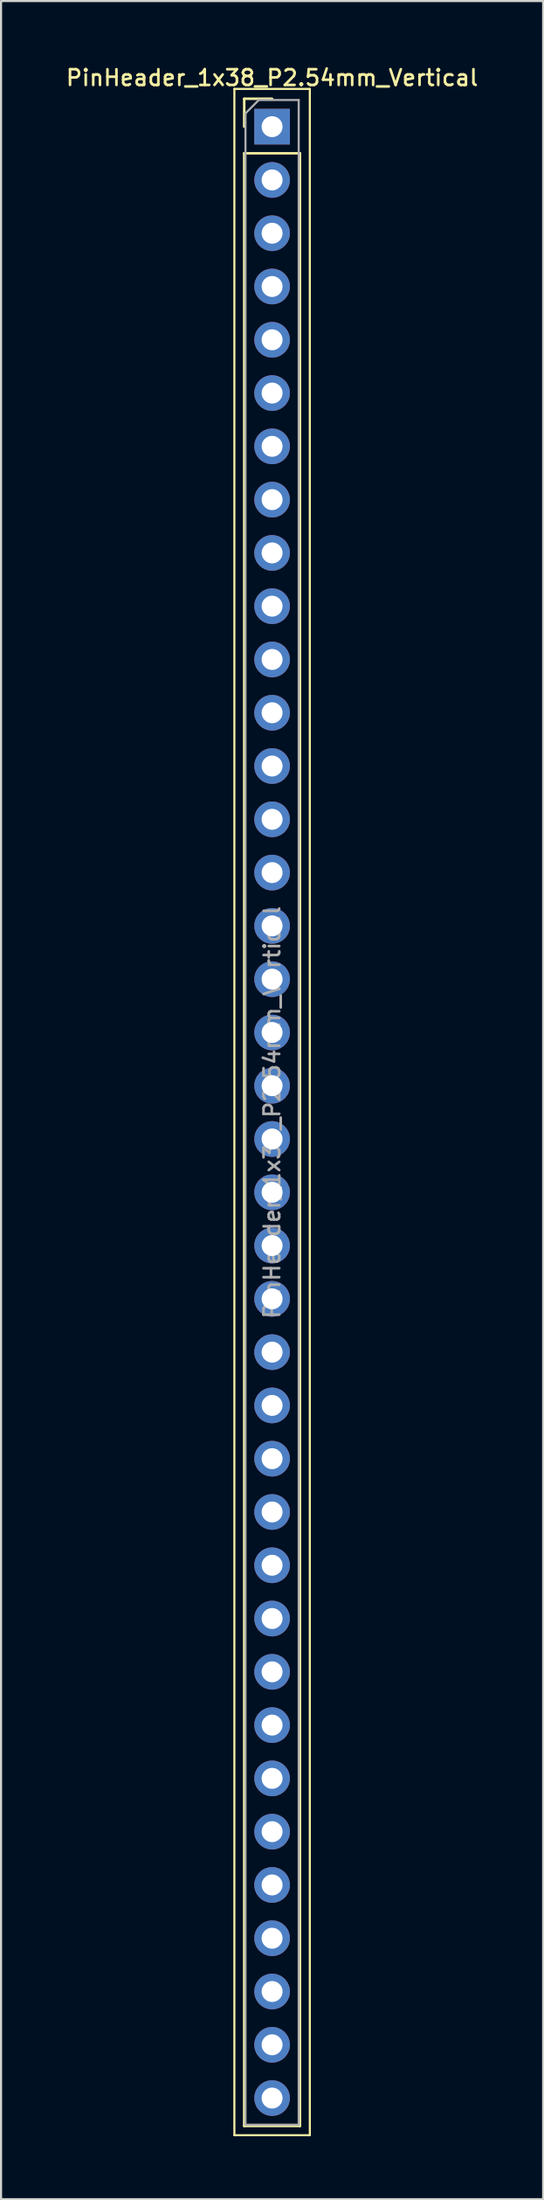
<source format=kicad_pcb>
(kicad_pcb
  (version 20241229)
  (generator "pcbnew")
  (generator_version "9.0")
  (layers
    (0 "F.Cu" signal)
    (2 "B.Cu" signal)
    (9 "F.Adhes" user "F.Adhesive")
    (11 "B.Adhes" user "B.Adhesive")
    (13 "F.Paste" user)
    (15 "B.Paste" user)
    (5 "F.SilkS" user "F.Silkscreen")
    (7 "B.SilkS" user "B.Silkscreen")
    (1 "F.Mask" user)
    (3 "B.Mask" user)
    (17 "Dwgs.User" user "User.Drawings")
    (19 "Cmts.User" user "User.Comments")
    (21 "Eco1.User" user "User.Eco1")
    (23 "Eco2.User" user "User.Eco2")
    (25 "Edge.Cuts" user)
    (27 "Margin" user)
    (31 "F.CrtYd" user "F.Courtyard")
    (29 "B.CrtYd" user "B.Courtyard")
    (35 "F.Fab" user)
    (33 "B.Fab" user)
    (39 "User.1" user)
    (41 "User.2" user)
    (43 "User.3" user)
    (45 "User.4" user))
  (footprint "PinHeader_1x38_P2.54mm_Vertical"
    (layer "F.Cu")
    (at 9.934 2.988)
    (property "Reference" "PinHeader_1x38_P2.54mm_Vertical" (at 0 -2.33 0) (layer "F.SilkS") (effects (font (size 0.75 0.75) (thickness 0.125))))
    (attr through_hole)
    (fp_line (start -1.8 -1.8) (end -1.8 95.75) (stroke (width 0.1) (type solid)) (layer "F.SilkS"))
    (fp_line (start -1.8 95.75) (end 1.8 95.75) (stroke (width 0.1) (type solid)) (layer "F.SilkS"))
    (fp_line (start -1.33 -1.33) (end 0 -1.33) (stroke (width 0.12) (type solid)) (layer "F.SilkS"))
    (fp_line (start -1.33 0) (end -1.33 -1.33) (stroke (width 0.12) (type solid)) (layer "F.SilkS"))
    (fp_line (start -1.33 1.27) (end -1.33 95.31) (stroke (width 0.12) (type solid)) (layer "F.SilkS"))
    (fp_line (start -1.33 1.27) (end 1.33 1.27) (stroke (width 0.12) (type solid)) (layer "F.SilkS"))
    (fp_line (start -1.33 95.31) (end 1.33 95.31) (stroke (width 0.12) (type solid)) (layer "F.SilkS"))
    (fp_line (start 1.33 1.27) (end 1.33 95.31) (stroke (width 0.12) (type solid)) (layer "F.SilkS"))
    (fp_line (start 1.8 -1.8) (end -1.8 -1.8) (stroke (width 0.1) (type solid)) (layer "F.SilkS"))
    (fp_line (start 1.8 95.75) (end 1.8 -1.8) (stroke (width 0.1) (type solid)) (layer "F.SilkS"))
    (fp_line (start -1.27 -0.635) (end -0.635 -1.27) (stroke (width 0.1) (type solid)) (layer "F.Fab"))
    (fp_line (start -1.27 95.25) (end -1.27 -0.635) (stroke (width 0.1) (type solid)) (layer "F.Fab"))
    (fp_line (start -0.635 -1.27) (end 1.27 -1.27) (stroke (width 0.1) (type solid)) (layer "F.Fab"))
    (fp_line (start 1.27 -1.27) (end 1.27 95.25) (stroke (width 0.1) (type solid)) (layer "F.Fab"))
    (fp_line (start 1.27 95.25) (end -1.27 95.25) (stroke (width 0.1) (type solid)) (layer "F.Fab"))
    (fp_text user "${REFERENCE}" (at 0 46.99 90) (layer "F.Fab") (effects (font (size 0.75 0.75) (thickness 0.125))))
    (pad "1" thru_hole rect (at 0 0) (size 1.7 1.7) (drill 1) (layers "*.Cu" "*.Mask"))
    (pad "2" thru_hole oval (at 0 2.54) (size 1.7 1.7) (drill 1) (layers "*.Cu" "*.Mask"))
    (pad "3" thru_hole oval (at 0 5.08) (size 1.7 1.7) (drill 1) (layers "*.Cu" "*.Mask"))
    (pad "4" thru_hole oval (at 0 7.62) (size 1.7 1.7) (drill 1) (layers "*.Cu" "*.Mask"))
    (pad "5" thru_hole oval (at 0 10.16) (size 1.7 1.7) (drill 1) (layers "*.Cu" "*.Mask"))
    (pad "6" thru_hole oval (at 0 12.7) (size 1.7 1.7) (drill 1) (layers "*.Cu" "*.Mask"))
    (pad "7" thru_hole oval (at 0 15.24) (size 1.7 1.7) (drill 1) (layers "*.Cu" "*.Mask"))
    (pad "8" thru_hole oval (at 0 17.78) (size 1.7 1.7) (drill 1) (layers "*.Cu" "*.Mask"))
    (pad "9" thru_hole oval (at 0 20.32) (size 1.7 1.7) (drill 1) (layers "*.Cu" "*.Mask"))
    (pad "10" thru_hole oval (at 0 22.86) (size 1.7 1.7) (drill 1) (layers "*.Cu" "*.Mask"))
    (pad "11" thru_hole oval (at 0 25.4) (size 1.7 1.7) (drill 1) (layers "*.Cu" "*.Mask"))
    (pad "12" thru_hole oval (at 0 27.94) (size 1.7 1.7) (drill 1) (layers "*.Cu" "*.Mask"))
    (pad "13" thru_hole oval (at 0 30.48) (size 1.7 1.7) (drill 1) (layers "*.Cu" "*.Mask"))
    (pad "14" thru_hole oval (at 0 33.02) (size 1.7 1.7) (drill 1) (layers "*.Cu" "*.Mask"))
    (pad "15" thru_hole oval (at 0 35.56) (size 1.7 1.7) (drill 1) (layers "*.Cu" "*.Mask"))
    (pad "16" thru_hole oval (at 0 38.1) (size 1.7 1.7) (drill 1) (layers "*.Cu" "*.Mask"))
    (pad "17" thru_hole oval (at 0 40.64) (size 1.7 1.7) (drill 1) (layers "*.Cu" "*.Mask"))
    (pad "18" thru_hole oval (at 0 43.18) (size 1.7 1.7) (drill 1) (layers "*.Cu" "*.Mask"))
    (pad "19" thru_hole oval (at 0 45.72) (size 1.7 1.7) (drill 1) (layers "*.Cu" "*.Mask"))
    (pad "20" thru_hole oval (at 0 48.26) (size 1.7 1.7) (drill 1) (layers "*.Cu" "*.Mask"))
    (pad "21" thru_hole oval (at 0 50.8) (size 1.7 1.7) (drill 1) (layers "*.Cu" "*.Mask"))
    (pad "22" thru_hole oval (at 0 53.34) (size 1.7 1.7) (drill 1) (layers "*.Cu" "*.Mask"))
    (pad "23" thru_hole oval (at 0 55.88) (size 1.7 1.7) (drill 1) (layers "*.Cu" "*.Mask"))
    (pad "24" thru_hole oval (at 0 58.42) (size 1.7 1.7) (drill 1) (layers "*.Cu" "*.Mask"))
    (pad "25" thru_hole oval (at 0 60.96) (size 1.7 1.7) (drill 1) (layers "*.Cu" "*.Mask"))
    (pad "26" thru_hole oval (at 0 63.5) (size 1.7 1.7) (drill 1) (layers "*.Cu" "*.Mask"))
    (pad "27" thru_hole oval (at 0 66.04) (size 1.7 1.7) (drill 1) (layers "*.Cu" "*.Mask"))
    (pad "28" thru_hole oval (at 0 68.58) (size 1.7 1.7) (drill 1) (layers "*.Cu" "*.Mask"))
    (pad "29" thru_hole oval (at 0 71.12) (size 1.7 1.7) (drill 1) (layers "*.Cu" "*.Mask"))
    (pad "30" thru_hole oval (at 0 73.66) (size 1.7 1.7) (drill 1) (layers "*.Cu" "*.Mask"))
    (pad "31" thru_hole oval (at 0 76.2) (size 1.7 1.7) (drill 1) (layers "*.Cu" "*.Mask"))
    (pad "32" thru_hole oval (at 0 78.74) (size 1.7 1.7) (drill 1) (layers "*.Cu" "*.Mask"))
    (pad "33" thru_hole oval (at 0 81.28) (size 1.7 1.7) (drill 1) (layers "*.Cu" "*.Mask"))
    (pad "34" thru_hole oval (at 0 83.82) (size 1.7 1.7) (drill 1) (layers "*.Cu" "*.Mask"))
    (pad "35" thru_hole oval (at 0 86.36) (size 1.7 1.7) (drill 1) (layers "*.Cu" "*.Mask"))
    (pad "36" thru_hole oval (at 0 88.9) (size 1.7 1.7) (drill 1) (layers "*.Cu" "*.Mask"))
    (pad "37" thru_hole oval (at 0 91.44) (size 1.7 1.7) (drill 1) (layers "*.Cu" "*.Mask"))
    (pad "38" thru_hole oval (at 0 93.98) (size 1.7 1.7) (drill 1) (layers "*.Cu" "*.Mask")))
  (gr_rect
    (start -3 -3)
    (end 22.868 101.788)
    (stroke (width 0.1) (type default))
    (fill no)
    (layer "Edge.Cuts")))
</source>
